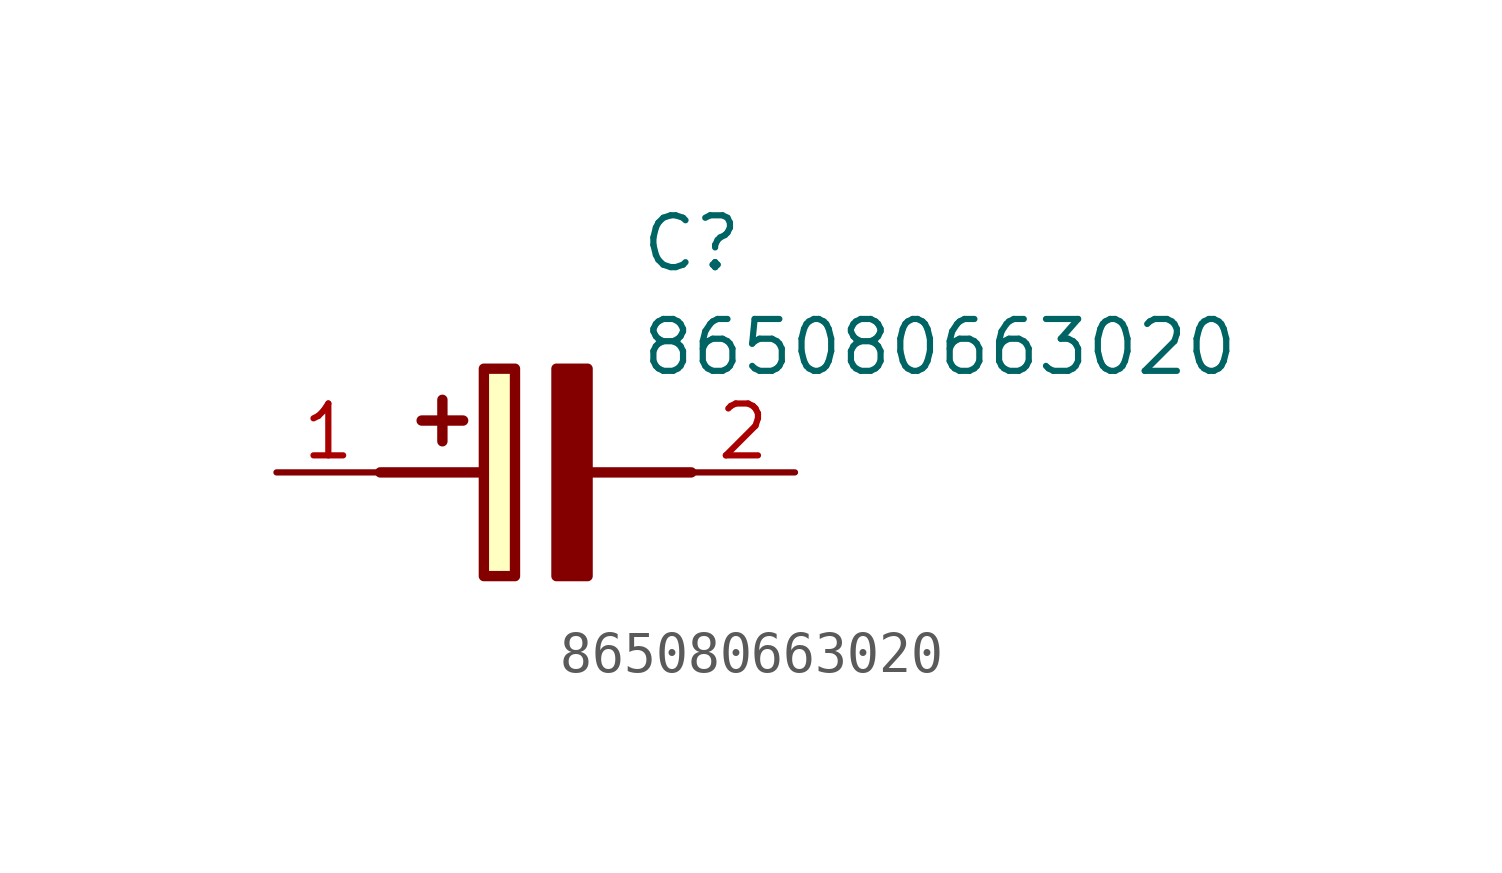
<source format=kicad_sym>
(kicad_symbol_lib
  (version 20211014)
  (generator SamacSys_ECAD_Model)
  (symbol "865080663020"
    (pin_names hide)
    (property "Reference" "C"
      (at 8.89 6.35 0)
      (effects (font (size 1.27 1.27)) (justify left top)))
    (property "Value" "865080663020"
      (at 8.89 3.81 0)
      (effects (font (size 1.27 1.27)) (justify left top)))
    (rectangle
      (start 5.08 2.54)
      (end 5.842 -2.54)
      (stroke (width 0.254) (type default))
      (fill (type background)))
    (polyline
      (pts (xy 4.572 1.27) (xy 3.556 1.27))
      (stroke (width 0.254) (type default))
      (fill (type none)))
    (polyline
      (pts (xy 4.064 1.778) (xy 4.064 0.762))
      (stroke (width 0.254) (type default))
      (fill (type none)))
    (polyline
      (pts (xy 2.54 0) (xy 5.08 0))
      (stroke (width 0.254) (type default))
      (fill (type none)))
    (polyline
      (pts (xy 7.62 0) (xy 10.16 0))
      (stroke (width 0.254) (type default))
      (fill (type none)))
    (polyline
      (pts (xy 7.62 2.54) (xy 7.62 -2.54) (xy 6.858 -2.54) (xy 6.858 2.54) (xy 7.62 2.54))
      (stroke (width 0.254) (type default))
      (fill (type outline)))
    (pin passive line
      (at 0 0 0)
      (length 2.54)
      (name "+" (effects (font (size 1.27 1.27))))
      (number "1" (effects (font (size 1.27 1.27)))))
    (pin passive line
      (at 12.7 0 180)
      (length 2.54)
      (name "-" (effects (font (size 1.27 1.27))))
      (number "2" (effects (font (size 1.27 1.27)))))))
</source>
